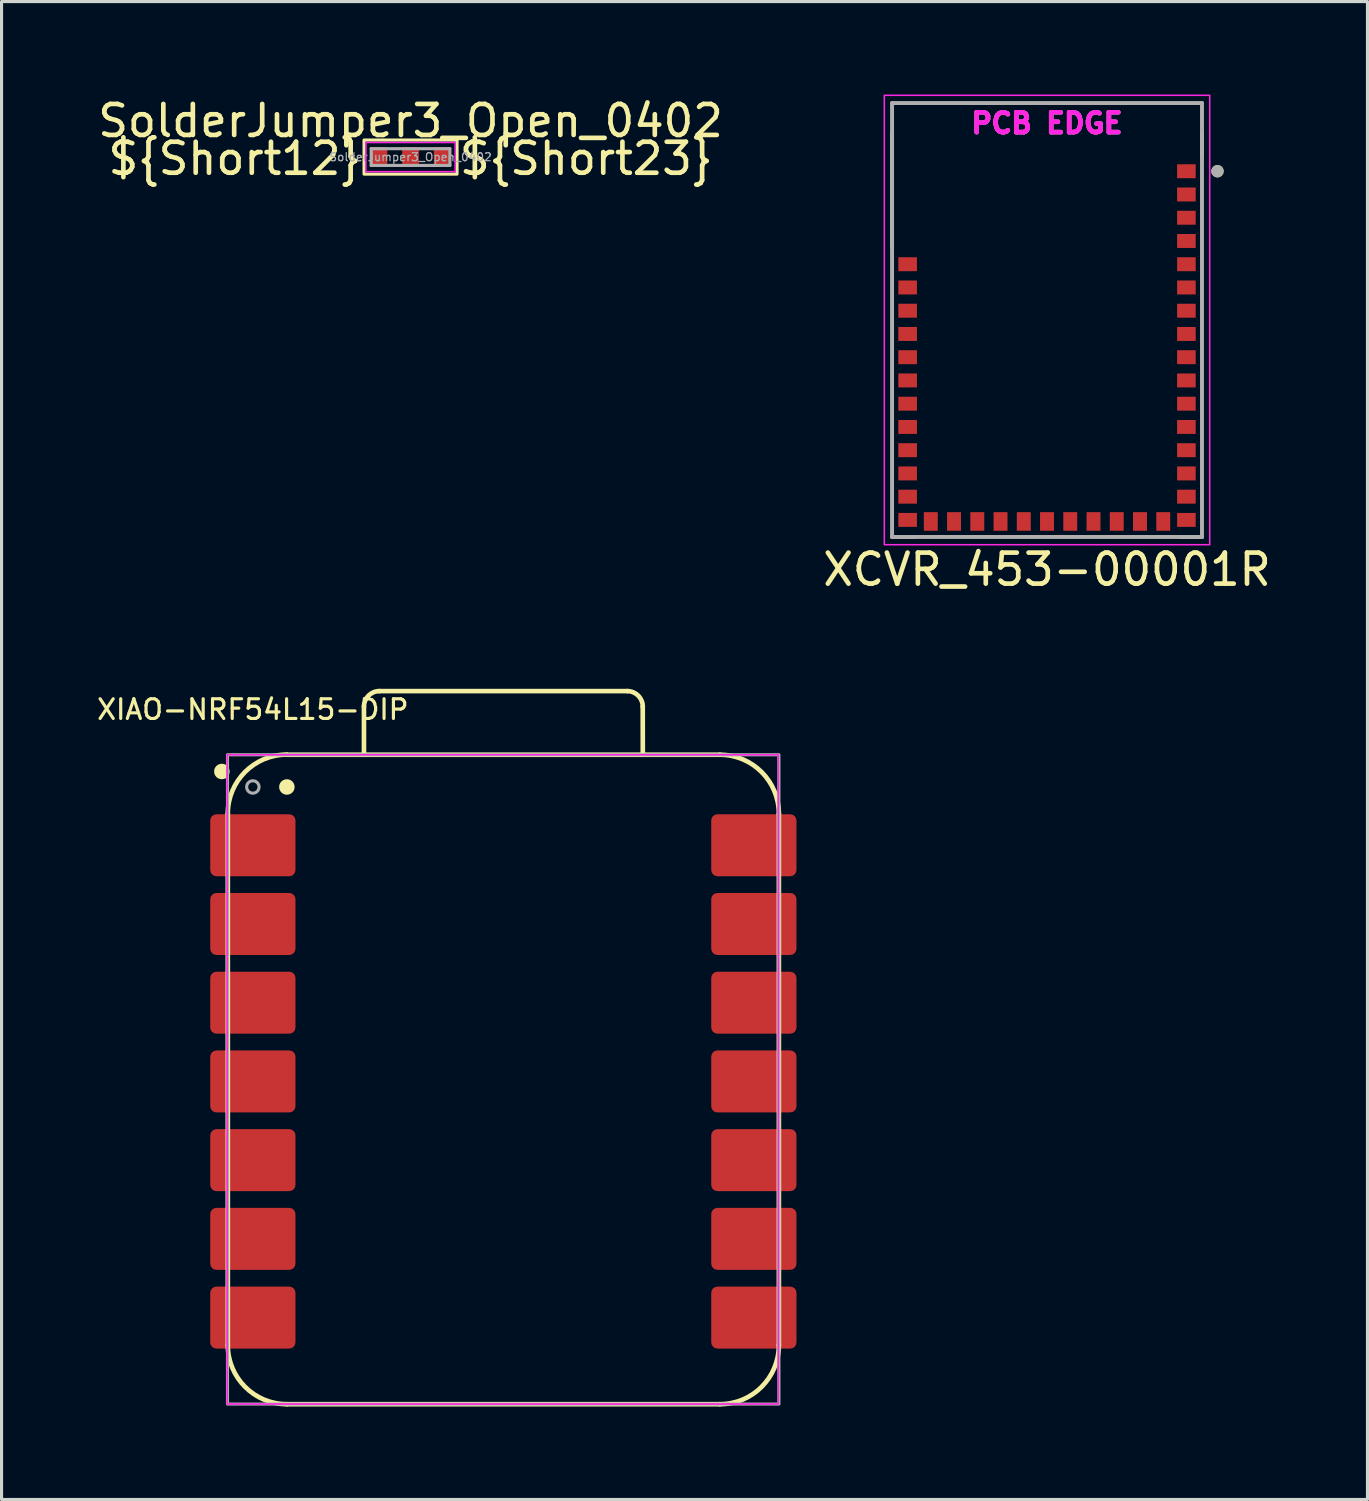
<source format=kicad_pcb>
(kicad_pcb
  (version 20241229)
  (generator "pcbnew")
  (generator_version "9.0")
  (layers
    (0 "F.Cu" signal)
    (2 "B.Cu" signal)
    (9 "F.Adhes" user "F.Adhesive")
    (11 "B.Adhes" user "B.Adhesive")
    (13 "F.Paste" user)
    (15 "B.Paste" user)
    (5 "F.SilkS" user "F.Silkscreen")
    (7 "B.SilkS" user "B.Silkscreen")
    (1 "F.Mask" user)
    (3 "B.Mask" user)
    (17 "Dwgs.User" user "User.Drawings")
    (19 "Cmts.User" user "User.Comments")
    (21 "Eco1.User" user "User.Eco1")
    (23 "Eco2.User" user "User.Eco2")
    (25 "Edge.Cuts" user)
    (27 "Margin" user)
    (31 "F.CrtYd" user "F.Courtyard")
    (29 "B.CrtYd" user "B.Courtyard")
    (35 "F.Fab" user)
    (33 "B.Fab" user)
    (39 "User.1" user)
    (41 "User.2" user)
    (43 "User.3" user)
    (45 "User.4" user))
  (footprint "XIAO-NRF54L15-DIP"
    (layer "F.Cu")
    (at 13.108 31.842)
    (property "Reference" "XIAO-NRF54L15-DIP" (at -8 -12 0) (unlocked yes) (layer "F.SilkS") (effects (font (size 0.635 0.635) (thickness 0.102))))
    (attr smd)
    (fp_line (start -8.807 8.509) (end -8.807 -8.636) (stroke (width 0.15) (type solid)) (layer "F.SilkS"))
    (fp_line (start -6.902 10.414) (end 7.067 10.414) (stroke (width 0.15) (type solid)) (layer "F.SilkS"))
    (fp_line (start -4.415 -10.553) (end -4.415 -12.094) (stroke (width 0.15) (type solid)) (layer "F.SilkS"))
    (fp_line (start -3.915 -12.594) (end 4.08 -12.594) (stroke (width 0.15) (type solid)) (layer "F.SilkS"))
    (fp_line (start 4.58 -12.094) (end 4.582 -10.55) (stroke (width 0.15) (type solid)) (layer "F.SilkS"))
    (fp_line (start 7.067 -10.541) (end -6.902 -10.541) (stroke (width 0.15) (type solid)) (layer "F.SilkS"))
    (fp_line (start 8.973 8.509) (end 8.973 -8.636) (stroke (width 0.15) (type solid)) (layer "F.SilkS"))
    (fp_arc (start -8.8075 -8.64) (mid -8.249538 -9.987038) (end -6.9025 -10.545) (stroke (width 0.15) (type solid)) (layer "F.SilkS"))
    (fp_arc (start -6.9025 10.414) (mid -8.249538 9.856038) (end -8.8075 8.509) (stroke (width 0.15) (type solid)) (layer "F.SilkS"))
    (fp_arc (start -4.414784 -12.094284) (mid -4.268207 -12.447619) (end -3.914784 -12.594012) (stroke (width 0.15) (type default)) (layer "F.SilkS"))
    (fp_arc (start 4.080488 -12.594012) (mid 4.434053 -12.44757) (end 4.580488 -12.094012) (stroke (width 0.15) (type default)) (layer "F.SilkS"))
    (fp_arc (start 7.0675 -10.541) (mid 8.414538 -9.983038) (end 8.9725 -8.636) (stroke (width 0.15) (type solid)) (layer "F.SilkS"))
    (fp_arc (start 8.9725 8.509) (mid 8.414538 9.856038) (end 7.0675 10.414) (stroke (width 0.15) (type solid)) (layer "F.SilkS"))
    (fp_circle (center -9 -10) (end -8.8 -10) (stroke (width 0.1) (type solid)) (fill yes) (layer "F.SilkS"))
    (fp_circle (center -6.902 -9.5) (end -6.702 -9.5) (stroke (width 0.1) (type solid)) (fill yes) (layer "F.SilkS"))
    (fp_rect (start -8.828 -10.54) (end 8.953 10.41) (stroke (width 0.05) (type default)) (fill no) (layer "F.CrtYd"))
    (fp_rect (start -8.818 -10.54) (end 8.973 10.41) (stroke (width 0.1) (type default)) (fill no) (layer "F.Fab"))
    (fp_circle (center -8 -9.5) (end -7.8 -9.5) (stroke (width 0.1) (type solid)) (fill no) (layer "F.Fab"))
    (pad "1" smd roundrect (at -8 -7.62 180) (size 2.75 2) (layers "F.Cu" "F.Mask" "F.Paste") (roundrect_rratio 0.1))
    (pad "2" smd roundrect (at -8 -5.08 180) (size 2.75 2) (layers "F.Cu" "F.Mask" "F.Paste") (roundrect_rratio 0.1))
    (pad "3" smd roundrect (at -8 -2.54 180) (size 2.75 2) (layers "F.Cu" "F.Mask" "F.Paste") (roundrect_rratio 0.1))
    (pad "4" smd roundrect (at -8 0 180) (size 2.75 2) (layers "F.Cu" "F.Mask" "F.Paste") (roundrect_rratio 0.1))
    (pad "5" smd roundrect (at -8 2.54 180) (size 2.75 2) (layers "F.Cu" "F.Mask" "F.Paste") (roundrect_rratio 0.1))
    (pad "6" smd roundrect (at -8 5.08 180) (size 2.75 2) (layers "F.Cu" "F.Mask" "F.Paste") (roundrect_rratio 0.1))
    (pad "7" smd roundrect (at -8 7.62 180) (size 2.75 2) (layers "F.Cu" "F.Mask" "F.Paste") (roundrect_rratio 0.1))
    (pad "8" smd roundrect (at 8.165 7.62) (size 2.75 2) (layers "F.Cu" "F.Mask" "F.Paste") (roundrect_rratio 0.1))
    (pad "9" smd roundrect (at 8.165 5.08) (size 2.75 2) (layers "F.Cu" "F.Mask" "F.Paste") (roundrect_rratio 0.1))
    (pad "10" smd roundrect (at 8.165 2.54) (size 2.75 2) (layers "F.Cu" "F.Mask" "F.Paste") (roundrect_rratio 0.1))
    (pad "11" smd roundrect (at 8.165 0) (size 2.75 2) (layers "F.Cu" "F.Mask" "F.Paste") (roundrect_rratio 0.1))
    (pad "12" smd roundrect (at 8.165 -2.54) (size 2.75 2) (layers "F.Cu" "F.Mask" "F.Paste") (roundrect_rratio 0.1))
    (pad "13" smd roundrect (at 8.165 -5.08) (size 2.75 2) (layers "F.Cu" "F.Mask" "F.Paste") (roundrect_rratio 0.1))
    (pad "14" smd roundrect (at 8.165 -7.62) (size 2.75 2) (layers "F.Cu" "F.Mask" "F.Paste") (roundrect_rratio 0.1)))
  (footprint "XCVR_453-00001R"
    (layer "F.Cu")
    (at 30.732 7.275)
    (property "Reference" "XCVR_453-00001R" (at 0 8.05 0) (layer "F.SilkS") (effects (font (size 1 1) (thickness 0.15))))
    (attr smd)
    (fp_line (start -5 -2.345) (end -5 -6) (stroke (width 0.127) (type solid)) (layer "F.SilkS"))
    (fp_line (start -4.295 7) (end -5 7) (stroke (width 0.127) (type solid)) (layer "F.SilkS"))
    (fp_line (start 5 -6) (end 5 -5.345) (stroke (width 0.127) (type solid)) (layer "F.SilkS"))
    (fp_line (start 5 7) (end 4.295 7) (stroke (width 0.127) (type solid)) (layer "F.SilkS"))
    (fp_circle (center 5.5 -4.8) (end 5.6 -4.8) (stroke (width 0.2) (type solid)) (fill no) (layer "F.SilkS"))
    (fp_rect (start -5.25 -7.25) (end 5.25 7.25) (stroke (width 0.05) (type default)) (fill no) (layer "F.CrtYd"))
    (fp_line (start -5 -7) (end 5 -7) (stroke (width 0.127) (type solid)) (layer "F.Fab"))
    (fp_line (start -5 7) (end -5 -7) (stroke (width 0.127) (type solid)) (layer "F.Fab"))
    (fp_line (start 5 -7) (end 5 7) (stroke (width 0.127) (type solid)) (layer "F.Fab"))
    (fp_line (start 5 7) (end -5 7) (stroke (width 0.127) (type solid)) (layer "F.Fab"))
    (fp_circle (center 5.5 -4.8) (end 5.6 -4.8) (stroke (width 0.2) (type solid)) (fill no) (layer "F.Fab"))
    (fp_text user "PCB EDGE" (at 0 -6.35 0) (layer "F.CrtYd") (effects (font (size 0.64 0.64) (thickness 0.15))))
    (fp_text user "PCB EDGE" (at 0 -6.35 0) (layer "F.Fab") (effects (font (size 0.64 0.64) (thickness 0.15))))
    (pad "1" smd rect (at 4.497 -4.8) (size 0.6 0.45) (layers "F.Cu" "F.Mask" "F.Paste"))
    (pad "2" smd rect (at 4.497 -4.05) (size 0.6 0.45) (layers "F.Cu" "F.Mask" "F.Paste"))
    (pad "3" smd rect (at 4.497 -3.3) (size 0.6 0.45) (layers "F.Cu" "F.Mask" "F.Paste"))
    (pad "4" smd rect (at 4.497 -2.55) (size 0.6 0.45) (layers "F.Cu" "F.Mask" "F.Paste"))
    (pad "5" smd rect (at 4.497 -1.8) (size 0.6 0.45) (layers "F.Cu" "F.Mask" "F.Paste"))
    (pad "6" smd rect (at 4.497 -1.05) (size 0.6 0.45) (layers "F.Cu" "F.Mask" "F.Paste"))
    (pad "7" smd rect (at 4.497 -0.3) (size 0.6 0.45) (layers "F.Cu" "F.Mask" "F.Paste"))
    (pad "8" smd rect (at 4.497 0.45) (size 0.6 0.45) (layers "F.Cu" "F.Mask" "F.Paste"))
    (pad "9" smd rect (at 4.497 1.2) (size 0.6 0.45) (layers "F.Cu" "F.Mask" "F.Paste"))
    (pad "10" smd rect (at 4.497 1.95) (size 0.6 0.45) (layers "F.Cu" "F.Mask" "F.Paste"))
    (pad "11" smd rect (at 4.497 2.7) (size 0.6 0.45) (layers "F.Cu" "F.Mask" "F.Paste"))
    (pad "12" smd rect (at 4.497 3.45) (size 0.6 0.45) (layers "F.Cu" "F.Mask" "F.Paste"))
    (pad "13" smd rect (at 4.497 4.2) (size 0.6 0.45) (layers "F.Cu" "F.Mask" "F.Paste"))
    (pad "14" smd rect (at 4.497 4.95) (size 0.6 0.45) (layers "F.Cu" "F.Mask" "F.Paste"))
    (pad "15" smd rect (at 4.497 5.7) (size 0.6 0.45) (layers "F.Cu" "F.Mask" "F.Paste"))
    (pad "16" smd rect (at 4.497 6.45) (size 0.6 0.45) (layers "F.Cu" "F.Mask" "F.Paste"))
    (pad "17" smd rect (at 3.75 6.5) (size 0.45 0.6) (layers "F.Cu" "F.Mask" "F.Paste"))
    (pad "18" smd rect (at 3 6.5) (size 0.45 0.6) (layers "F.Cu" "F.Mask" "F.Paste"))
    (pad "19" smd rect (at 2.25 6.5) (size 0.45 0.6) (layers "F.Cu" "F.Mask" "F.Paste"))
    (pad "20" smd rect (at 1.5 6.5) (size 0.45 0.6) (layers "F.Cu" "F.Mask" "F.Paste"))
    (pad "21" smd rect (at 0.75 6.5) (size 0.45 0.6) (layers "F.Cu" "F.Mask" "F.Paste"))
    (pad "22" smd rect (at 0 6.5) (size 0.45 0.6) (layers "F.Cu" "F.Mask" "F.Paste"))
    (pad "23" smd rect (at -0.75 6.5) (size 0.45 0.6) (layers "F.Cu" "F.Mask" "F.Paste"))
    (pad "24" smd rect (at -1.5 6.5) (size 0.45 0.6) (layers "F.Cu" "F.Mask" "F.Paste"))
    (pad "25" smd rect (at -2.25 6.5) (size 0.45 0.6) (layers "F.Cu" "F.Mask" "F.Paste"))
    (pad "26" smd rect (at -3 6.5) (size 0.45 0.6) (layers "F.Cu" "F.Mask" "F.Paste"))
    (pad "27" smd rect (at -3.75 6.5) (size 0.45 0.6) (layers "F.Cu" "F.Mask" "F.Paste"))
    (pad "28" smd rect (at -4.497 6.45) (size 0.6 0.45) (layers "F.Cu" "F.Mask" "F.Paste"))
    (pad "29" smd rect (at -4.497 5.7) (size 0.6 0.45) (layers "F.Cu" "F.Mask" "F.Paste"))
    (pad "30" smd rect (at -4.497 4.95) (size 0.6 0.45) (layers "F.Cu" "F.Mask" "F.Paste"))
    (pad "31" smd rect (at -4.497 4.2) (size 0.6 0.45) (layers "F.Cu" "F.Mask" "F.Paste"))
    (pad "32" smd rect (at -4.497 3.45) (size 0.6 0.45) (layers "F.Cu" "F.Mask" "F.Paste"))
    (pad "33" smd rect (at -4.497 2.7) (size 0.6 0.45) (layers "F.Cu" "F.Mask" "F.Paste"))
    (pad "34" smd rect (at -4.497 1.95) (size 0.6 0.45) (layers "F.Cu" "F.Mask" "F.Paste"))
    (pad "35" smd rect (at -4.497 1.2) (size 0.6 0.45) (layers "F.Cu" "F.Mask" "F.Paste"))
    (pad "36" smd rect (at -4.497 0.45) (size 0.6 0.45) (layers "F.Cu" "F.Mask" "F.Paste"))
    (pad "37" smd rect (at -4.497 -0.3) (size 0.6 0.45) (layers "F.Cu" "F.Mask" "F.Paste"))
    (pad "38" smd rect (at -4.497 -1.05) (size 0.6 0.45) (layers "F.Cu" "F.Mask" "F.Paste"))
    (pad "39" smd rect (at -4.497 -1.8) (size 0.6 0.45) (layers "F.Cu" "F.Mask" "F.Paste"))
    (zone (net_name "") (layers "F.Cu" "B.Cu") (hatch full 0.508) (connect_pads) (min_thickness 0.01) (filled_areas_thickness no) (keepout (tracks not_allowed) (vias not_allowed) (pads not_allowed) (copperpour not_allowed) (footprints allowed)) (placement (enabled no)) (fill) (polygon (pts (xy 25.732 5.275) (xy 25.732 0.275) (xy 34.232 0.275) (xy 34.232 5.275) (xy 26.535 5.275) (xy 26.535 5.25) (xy 25.935 5.25) (xy 25.935 5.275)))))
  (footprint "SolderJumper3_Open_0402"
    (layer "F.Cu")
    (at 10.196 2.018)
    (property "Reference" "SolderJumper3_Open_0402" (at 0 -1.17 0) (layer "F.SilkS") (effects (font (size 1 1) (thickness 0.15))))
    (attr smd)
    (fp_rect (start -1.5 -0.55) (end 1.5 0.55) (stroke (width 0.1) (type default)) (fill no) (layer "F.SilkS"))
    (fp_line (start -1.44 -0.47) (end 1.44 -0.47) (stroke (width 0.05) (type solid)) (layer "F.CrtYd"))
    (fp_line (start -1.44 0.47) (end -1.44 -0.47) (stroke (width 0.05) (type solid)) (layer "F.CrtYd"))
    (fp_line (start 1.44 -0.47) (end 1.44 0.47) (stroke (width 0.05) (type solid)) (layer "F.CrtYd"))
    (fp_line (start 1.44 0.47) (end -1.44 0.47) (stroke (width 0.05) (type solid)) (layer "F.CrtYd"))
    (fp_line (start -1.27 -0.27) (end 1.27 -0.27) (stroke (width 0.1) (type solid)) (layer "F.Fab"))
    (fp_line (start -1.27 0.27) (end -1.27 -0.27) (stroke (width 0.1) (type solid)) (layer "F.Fab"))
    (fp_line (start 1.27 -0.27) (end 1.27 0.27) (stroke (width 0.1) (type solid)) (layer "F.Fab"))
    (fp_line (start 1.27 0.27) (end -1.27 0.27) (stroke (width 0.1) (type solid)) (layer "F.Fab"))
    (fp_text user "${Short12}" (at -1.5 0.05 0) (unlocked yes) (layer "F.SilkS") (effects (font (size 1 1) (thickness 0.15)) (justify right)))
    (fp_text user "${Short23}" (at 1.5 0.05 0) (unlocked yes) (layer "F.SilkS") (effects (font (size 1 1) (thickness 0.15)) (justify left)))
    (fp_text user "${REFERENCE}" (at 0 0 0) (layer "F.Fab") (effects (font (size 0.26 0.26) (thickness 0.04))))
    (pad "1" smd rect (at -1.02 0) (size 0.54 0.64) (layers "F.Cu" "F.Mask" "F.Paste"))
    (pad "2" smd rect (at 0 0) (size 0.54 0.64) (layers "F.Cu" "F.Mask" "F.Paste"))
    (pad "3" smd rect (at 1.02 0) (size 0.54 0.64) (layers "F.Cu" "F.Mask" "F.Paste")))
  (gr_rect
    (start -3 -3)
    (end 41.071 45.331)
    (stroke (width 0.1) (type default))
    (fill no)
    (layer "Edge.Cuts")))
</source>
